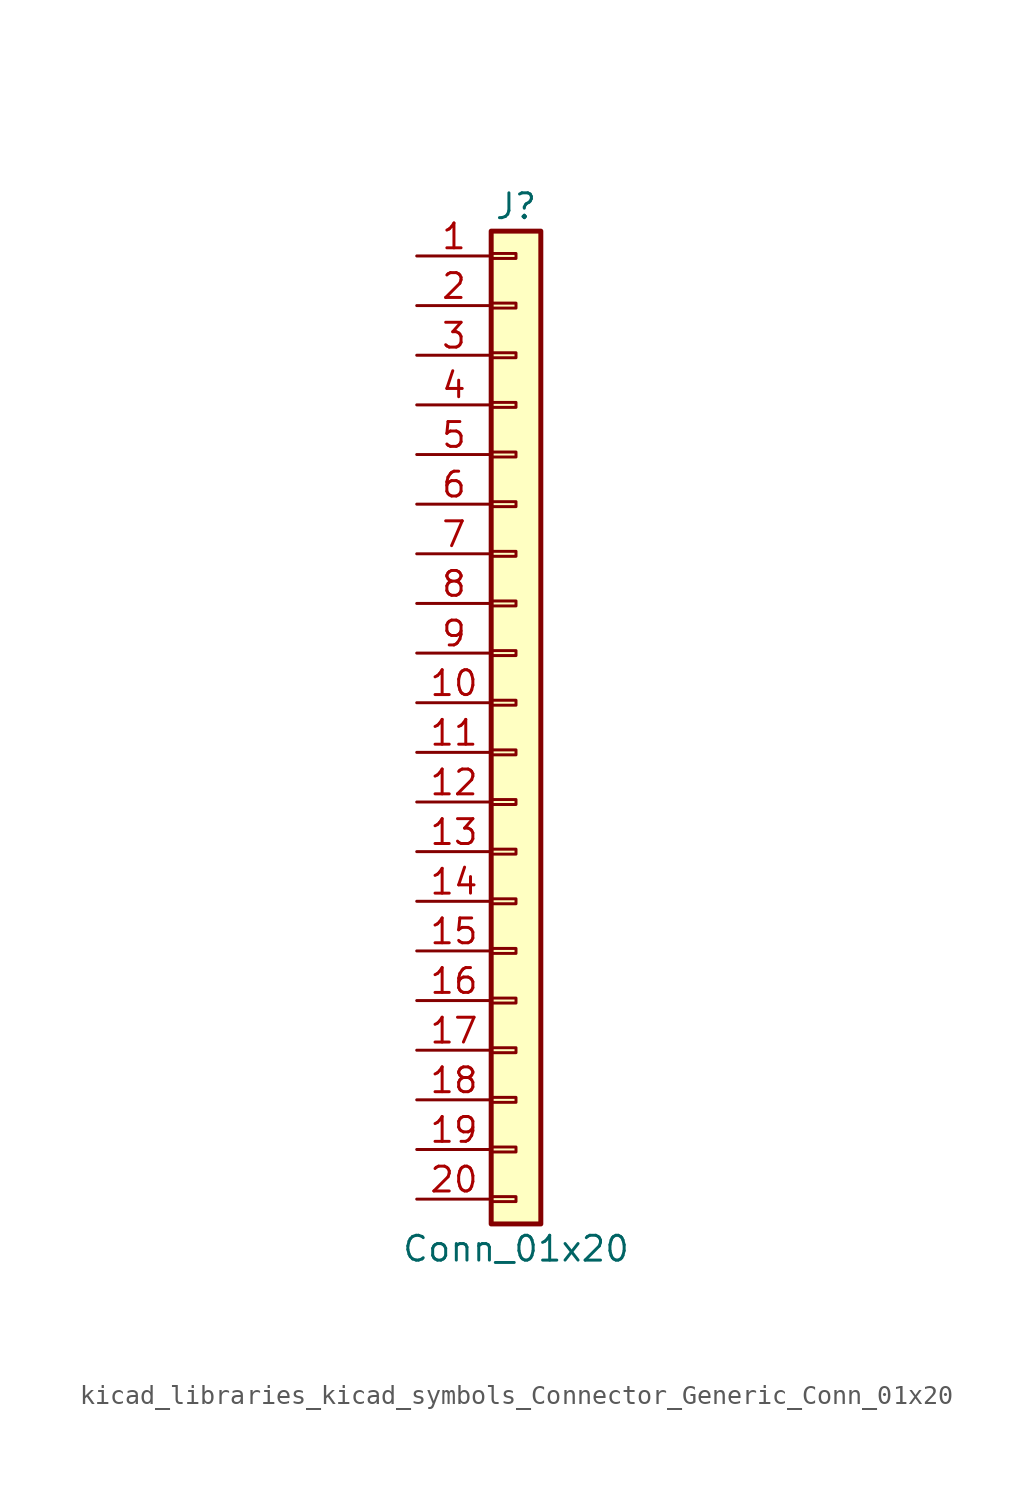
<source format=kicad_sym>
(kicad_symbol_lib
  (version 20220914)
  (generator kicad_symbol_editor)
  (symbol "kicad_libraries_kicad_symbols_Connector_Generic_Conn_01x20"
    (pin_names
      (offset 1.016) hide)
    (property "Reference" "J"
      (at 0 25.4 0)
      (effects (font (size 1.27 1.27))))
    (property "Value" "Conn_01x20"
      (at 0 -27.94 0)
      (effects (font (size 1.27 1.27))))
    (symbol "kicad_libraries_kicad_symbols_Connector_Generic_Conn_01x20_1_1"
      (rectangle (start -1.27 -25.273) (end 0 -25.527) (stroke (width 0.152) (type default)) (fill (type none)))
      (rectangle (start -1.27 -22.733) (end 0 -22.987) (stroke (width 0.152) (type default)) (fill (type none)))
      (rectangle (start -1.27 -20.193) (end 0 -20.447) (stroke (width 0.152) (type default)) (fill (type none)))
      (rectangle (start -1.27 -17.653) (end 0 -17.907) (stroke (width 0.152) (type default)) (fill (type none)))
      (rectangle (start -1.27 -15.113) (end 0 -15.367) (stroke (width 0.152) (type default)) (fill (type none)))
      (rectangle (start -1.27 -12.573) (end 0 -12.827) (stroke (width 0.152) (type default)) (fill (type none)))
      (rectangle (start -1.27 -10.033) (end 0 -10.287) (stroke (width 0.152) (type default)) (fill (type none)))
      (rectangle (start -1.27 -7.493) (end 0 -7.747) (stroke (width 0.152) (type default)) (fill (type none)))
      (rectangle (start -1.27 -4.953) (end 0 -5.207) (stroke (width 0.152) (type default)) (fill (type none)))
      (rectangle (start -1.27 -2.413) (end 0 -2.667) (stroke (width 0.152) (type default)) (fill (type none)))
      (rectangle (start -1.27 0.127) (end 0 -0.127) (stroke (width 0.152) (type default)) (fill (type none)))
      (rectangle (start -1.27 2.667) (end 0 2.413) (stroke (width 0.152) (type default)) (fill (type none)))
      (rectangle (start -1.27 5.207) (end 0 4.953) (stroke (width 0.152) (type default)) (fill (type none)))
      (rectangle (start -1.27 7.747) (end 0 7.493) (stroke (width 0.152) (type default)) (fill (type none)))
      (rectangle (start -1.27 10.287) (end 0 10.033) (stroke (width 0.152) (type default)) (fill (type none)))
      (rectangle (start -1.27 12.827) (end 0 12.573) (stroke (width 0.152) (type default)) (fill (type none)))
      (rectangle (start -1.27 15.367) (end 0 15.113) (stroke (width 0.152) (type default)) (fill (type none)))
      (rectangle (start -1.27 17.907) (end 0 17.653) (stroke (width 0.152) (type default)) (fill (type none)))
      (rectangle (start -1.27 20.447) (end 0 20.193) (stroke (width 0.152) (type default)) (fill (type none)))
      (rectangle (start -1.27 22.987) (end 0 22.733) (stroke (width 0.152) (type default)) (fill (type none)))
      (rectangle (start -1.27 24.13) (end 1.27 -26.67) (stroke (width 0.254) (type default)) (fill (type background)))
      (pin passive line (at -5.08 22.86 0) (length 3.81) (name "Pin_1" (effects (font (size 1.27 1.27)))) (number "1" (effects (font (size 1.27 1.27)))))
      (pin passive line (at -5.08 0 0) (length 3.81) (name "Pin_10" (effects (font (size 1.27 1.27)))) (number "10" (effects (font (size 1.27 1.27)))))
      (pin passive line (at -5.08 -2.54 0) (length 3.81) (name "Pin_11" (effects (font (size 1.27 1.27)))) (number "11" (effects (font (size 1.27 1.27)))))
      (pin passive line (at -5.08 -5.08 0) (length 3.81) (name "Pin_12" (effects (font (size 1.27 1.27)))) (number "12" (effects (font (size 1.27 1.27)))))
      (pin passive line (at -5.08 -7.62 0) (length 3.81) (name "Pin_13" (effects (font (size 1.27 1.27)))) (number "13" (effects (font (size 1.27 1.27)))))
      (pin passive line (at -5.08 -10.16 0) (length 3.81) (name "Pin_14" (effects (font (size 1.27 1.27)))) (number "14" (effects (font (size 1.27 1.27)))))
      (pin passive line (at -5.08 -12.7 0) (length 3.81) (name "Pin_15" (effects (font (size 1.27 1.27)))) (number "15" (effects (font (size 1.27 1.27)))))
      (pin passive line (at -5.08 -15.24 0) (length 3.81) (name "Pin_16" (effects (font (size 1.27 1.27)))) (number "16" (effects (font (size 1.27 1.27)))))
      (pin passive line (at -5.08 -17.78 0) (length 3.81) (name "Pin_17" (effects (font (size 1.27 1.27)))) (number "17" (effects (font (size 1.27 1.27)))))
      (pin passive line (at -5.08 -20.32 0) (length 3.81) (name "Pin_18" (effects (font (size 1.27 1.27)))) (number "18" (effects (font (size 1.27 1.27)))))
      (pin passive line (at -5.08 -22.86 0) (length 3.81) (name "Pin_19" (effects (font (size 1.27 1.27)))) (number "19" (effects (font (size 1.27 1.27)))))
      (pin passive line (at -5.08 20.32 0) (length 3.81) (name "Pin_2" (effects (font (size 1.27 1.27)))) (number "2" (effects (font (size 1.27 1.27)))))
      (pin passive line (at -5.08 -25.4 0) (length 3.81) (name "Pin_20" (effects (font (size 1.27 1.27)))) (number "20" (effects (font (size 1.27 1.27)))))
      (pin passive line (at -5.08 17.78 0) (length 3.81) (name "Pin_3" (effects (font (size 1.27 1.27)))) (number "3" (effects (font (size 1.27 1.27)))))
      (pin passive line (at -5.08 15.24 0) (length 3.81) (name "Pin_4" (effects (font (size 1.27 1.27)))) (number "4" (effects (font (size 1.27 1.27)))))
      (pin passive line (at -5.08 12.7 0) (length 3.81) (name "Pin_5" (effects (font (size 1.27 1.27)))) (number "5" (effects (font (size 1.27 1.27)))))
      (pin passive line (at -5.08 10.16 0) (length 3.81) (name "Pin_6" (effects (font (size 1.27 1.27)))) (number "6" (effects (font (size 1.27 1.27)))))
      (pin passive line (at -5.08 7.62 0) (length 3.81) (name "Pin_7" (effects (font (size 1.27 1.27)))) (number "7" (effects (font (size 1.27 1.27)))))
      (pin passive line (at -5.08 5.08 0) (length 3.81) (name "Pin_8" (effects (font (size 1.27 1.27)))) (number "8" (effects (font (size 1.27 1.27)))))
      (pin passive line (at -5.08 2.54 0) (length 3.81) (name "Pin_9" (effects (font (size 1.27 1.27)))) (number "9" (effects (font (size 1.27 1.27))))))))
</source>
